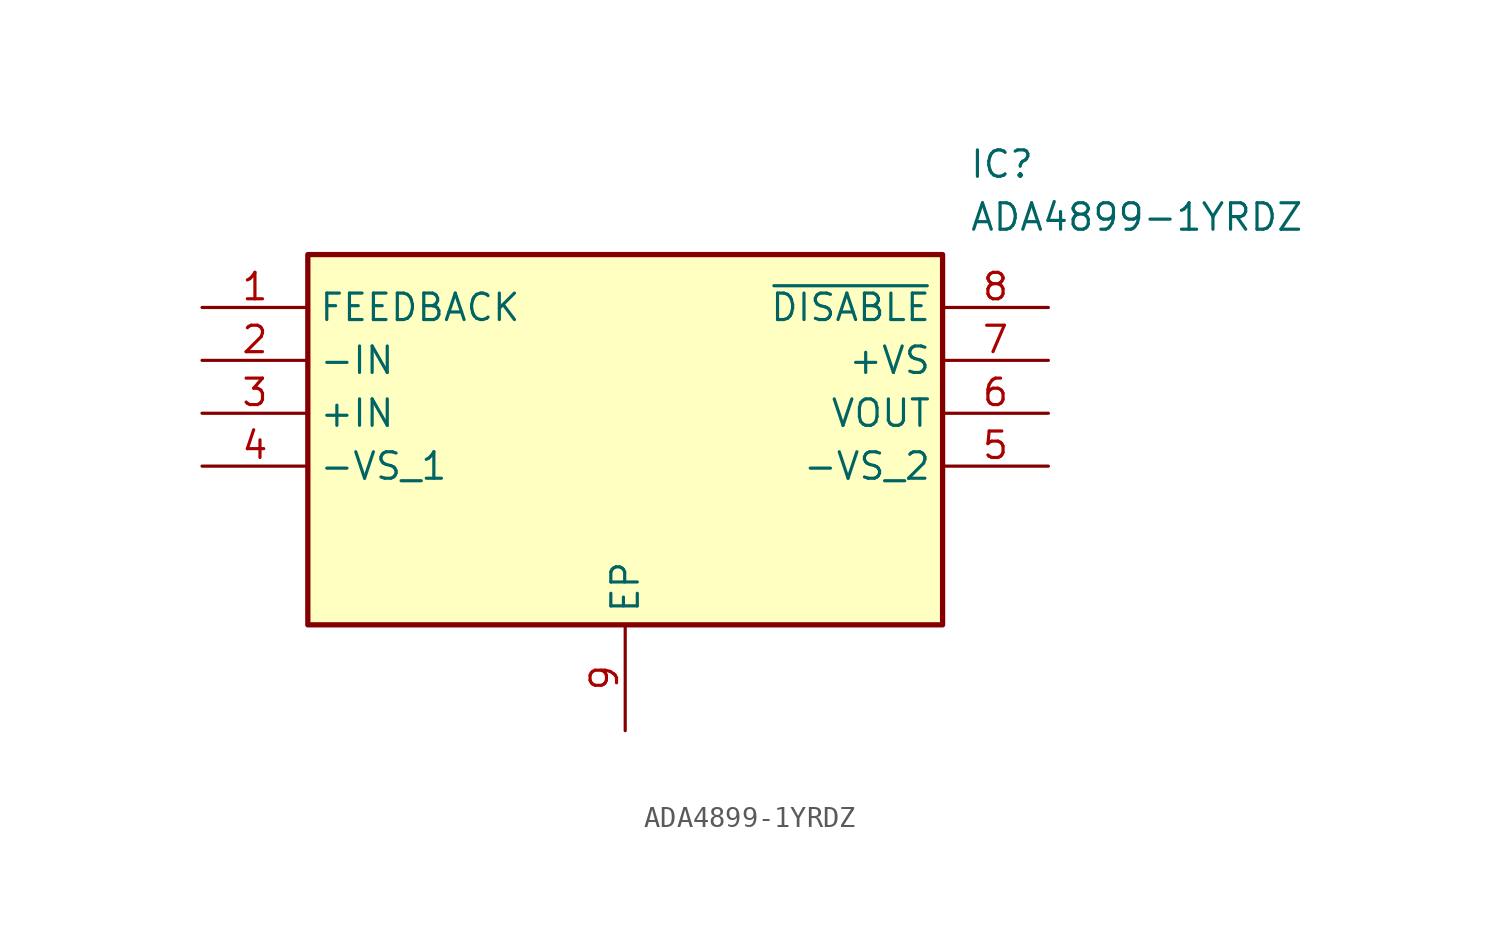
<source format=kicad_sym>
(kicad_symbol_lib
  (version 20211014)
  (generator SamacSys_ECAD_Model)
  (symbol "ADA4899-1YRDZ"
    (property "Reference" "IC"
      (at 36.83 7.62 0)
      (effects (font (size 1.27 1.27)) (justify left top)))
    (property "Value" "ADA4899-1YRDZ"
      (at 36.83 5.08 0)
      (effects (font (size 1.27 1.27)) (justify left top)))
    (rectangle
      (start 5.08 2.54)
      (end 35.56 -15.24)
      (stroke (width 0.254) (type default))
      (fill (type background)))
    (pin passive line
      (at 0 0 0)
      (length 5.08)
      (name "FEEDBACK" (effects (font (size 1.27 1.27))))
      (number "1" (effects (font (size 1.27 1.27)))))
    (pin passive line
      (at 0 -2.54 0)
      (length 5.08)
      (name "-IN" (effects (font (size 1.27 1.27))))
      (number "2" (effects (font (size 1.27 1.27)))))
    (pin passive line
      (at 0 -5.08 0)
      (length 5.08)
      (name "+IN" (effects (font (size 1.27 1.27))))
      (number "3" (effects (font (size 1.27 1.27)))))
    (pin passive line
      (at 0 -7.62 0)
      (length 5.08)
      (name "-VS_1" (effects (font (size 1.27 1.27))))
      (number "4" (effects (font (size 1.27 1.27)))))
    (pin passive line
      (at 20.32 -20.32 90)
      (length 5.08)
      (name "EP" (effects (font (size 1.27 1.27))))
      (number "9" (effects (font (size 1.27 1.27)))))
    (pin passive line
      (at 40.64 0 180)
      (length 5.08)
      (name "~{DISABLE}" (effects (font (size 1.27 1.27))))
      (number "8" (effects (font (size 1.27 1.27)))))
    (pin passive line
      (at 40.64 -2.54 180)
      (length 5.08)
      (name "+VS" (effects (font (size 1.27 1.27))))
      (number "7" (effects (font (size 1.27 1.27)))))
    (pin passive line
      (at 40.64 -5.08 180)
      (length 5.08)
      (name "VOUT" (effects (font (size 1.27 1.27))))
      (number "6" (effects (font (size 1.27 1.27)))))
    (pin passive line
      (at 40.64 -7.62 180)
      (length 5.08)
      (name "-VS_2" (effects (font (size 1.27 1.27))))
      (number "5" (effects (font (size 1.27 1.27)))))))
</source>
